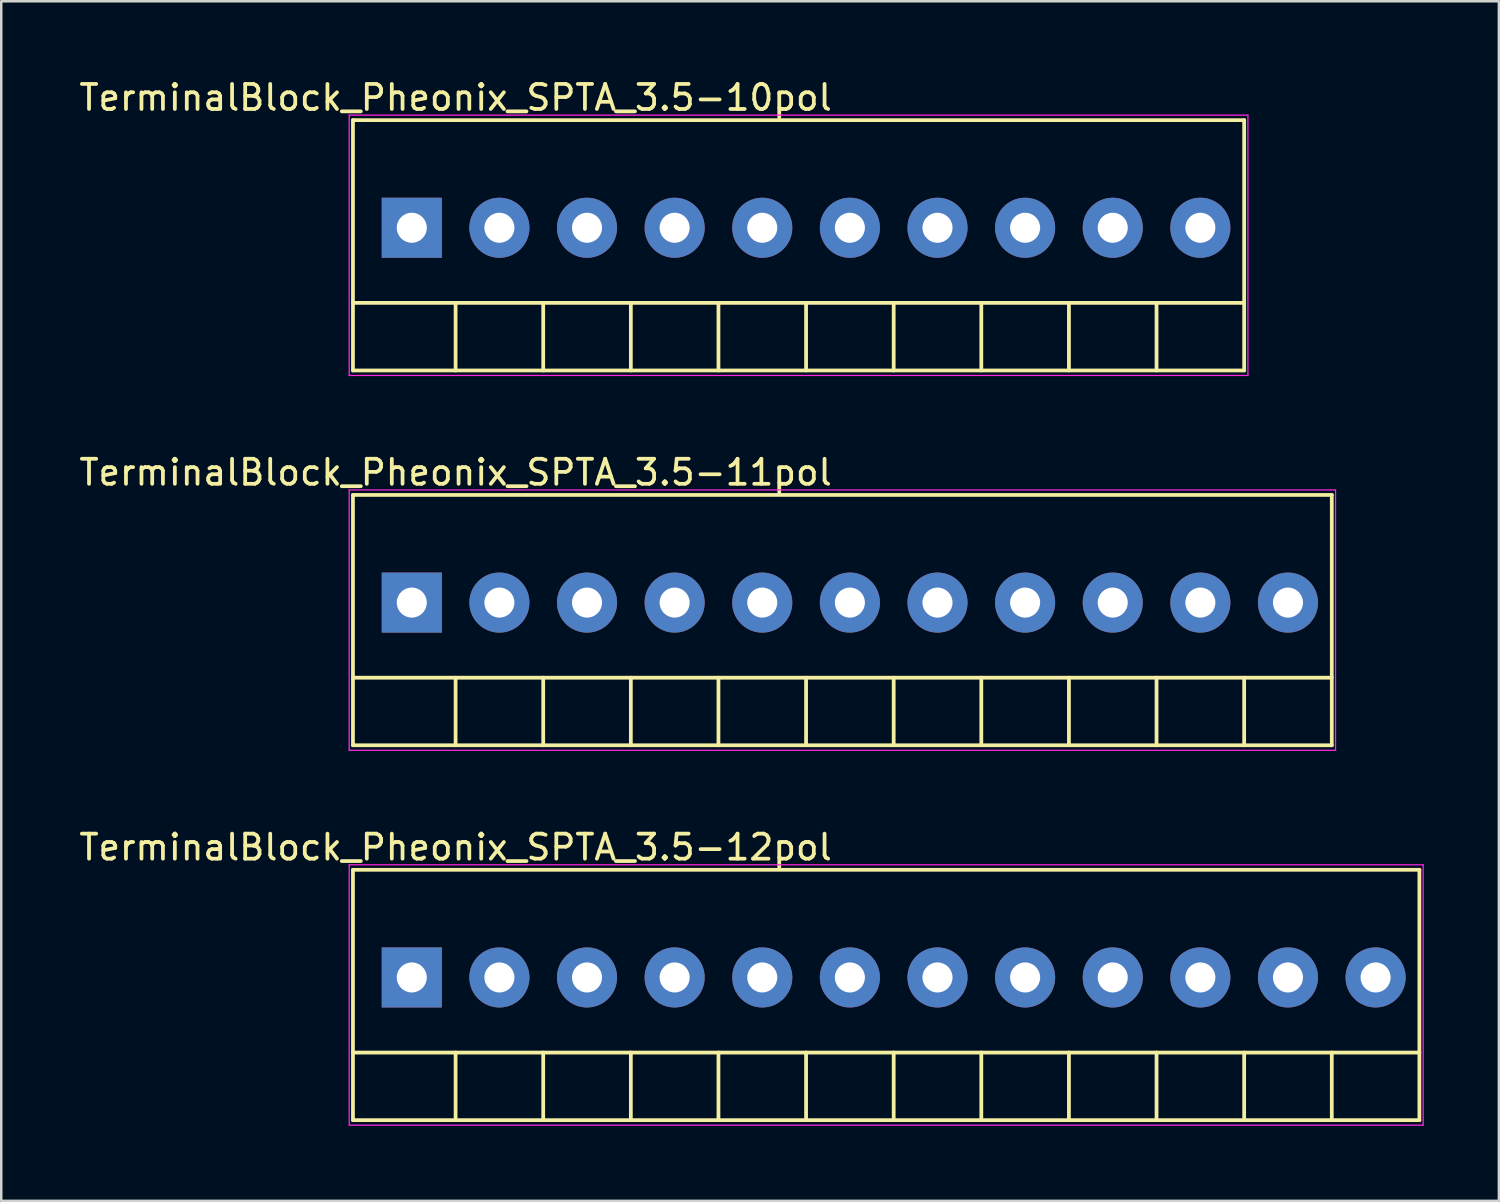
<source format=kicad_pcb>
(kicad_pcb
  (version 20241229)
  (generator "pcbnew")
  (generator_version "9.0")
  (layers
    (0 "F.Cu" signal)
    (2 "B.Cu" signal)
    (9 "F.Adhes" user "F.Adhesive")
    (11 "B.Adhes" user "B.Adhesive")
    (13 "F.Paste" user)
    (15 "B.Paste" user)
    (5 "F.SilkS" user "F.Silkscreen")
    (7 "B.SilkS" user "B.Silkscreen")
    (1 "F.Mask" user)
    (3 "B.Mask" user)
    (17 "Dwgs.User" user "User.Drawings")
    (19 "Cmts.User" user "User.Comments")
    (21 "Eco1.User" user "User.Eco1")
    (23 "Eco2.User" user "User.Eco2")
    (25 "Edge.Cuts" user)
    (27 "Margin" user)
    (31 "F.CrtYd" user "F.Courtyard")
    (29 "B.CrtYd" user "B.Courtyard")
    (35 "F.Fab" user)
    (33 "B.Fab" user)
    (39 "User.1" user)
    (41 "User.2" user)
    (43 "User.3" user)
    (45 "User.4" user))
  (footprint "TerminalBlock_Pheonix_SPTA_3.5-12pol"
    (layer "F.Cu")
    (at 13.399 35.995)
    (property "Reference" "TerminalBlock_Pheonix_SPTA_3.5-12pol" (at 1.75 -5.2 0) (layer "F.SilkS") (effects (font (size 1 1) (thickness 0.15))))
    (attr through_hole)
    (fp_line (start -2.35 -4.3) (end -2.35 5.7) (stroke (width 0.15) (type solid)) (layer "F.SilkS"))
    (fp_line (start -2.35 3) (end 40.25 3) (stroke (width 0.15) (type solid)) (layer "F.SilkS"))
    (fp_line (start -2.35 5.7) (end 40.25 5.7) (stroke (width 0.15) (type solid)) (layer "F.SilkS"))
    (fp_line (start 1.75 3) (end 1.75 5.7) (stroke (width 0.15) (type solid)) (layer "F.SilkS"))
    (fp_line (start 5.25 3) (end 5.25 5.7) (stroke (width 0.15) (type solid)) (layer "F.SilkS"))
    (fp_line (start 8.75 3) (end 8.75 5.7) (stroke (width 0.15) (type solid)) (layer "F.SilkS"))
    (fp_line (start 12.25 3) (end 12.25 5.7) (stroke (width 0.15) (type solid)) (layer "F.SilkS"))
    (fp_line (start 15.75 3) (end 15.75 5.7) (stroke (width 0.15) (type solid)) (layer "F.SilkS"))
    (fp_line (start 19.25 3) (end 19.25 5.7) (stroke (width 0.15) (type solid)) (layer "F.SilkS"))
    (fp_line (start 22.75 3) (end 22.75 5.7) (stroke (width 0.15) (type solid)) (layer "F.SilkS"))
    (fp_line (start 26.25 3) (end 26.25 5.7) (stroke (width 0.15) (type solid)) (layer "F.SilkS"))
    (fp_line (start 29.75 3) (end 29.75 5.7) (stroke (width 0.15) (type solid)) (layer "F.SilkS"))
    (fp_line (start 33.25 3) (end 33.25 5.7) (stroke (width 0.15) (type solid)) (layer "F.SilkS"))
    (fp_line (start 36.75 3) (end 36.75 5.7) (stroke (width 0.15) (type solid)) (layer "F.SilkS"))
    (fp_line (start 40.25 -4.3) (end -2.35 -4.3) (stroke (width 0.15) (type solid)) (layer "F.SilkS"))
    (fp_line (start 40.25 -4.3) (end 40.25 5.7) (stroke (width 0.15) (type solid)) (layer "F.SilkS"))
    (fp_line (start -2.5 -4.5) (end 40.4 -4.5) (stroke (width 0.05) (type solid)) (layer "F.CrtYd"))
    (fp_line (start -2.5 5.9) (end -2.5 -4.5) (stroke (width 0.05) (type solid)) (layer "F.CrtYd"))
    (fp_line (start 40.4 -4.5) (end 40.4 5.9) (stroke (width 0.05) (type solid)) (layer "F.CrtYd"))
    (fp_line (start 40.4 5.9) (end -2.5 5.9) (stroke (width 0.05) (type solid)) (layer "F.CrtYd"))
    (pad "1" thru_hole rect (at 0 0) (size 2.4 2.4) (drill 1.2) (layers "*.Cu" "*.Mask"))
    (pad "2" thru_hole circle (at 3.5 0) (size 2.4 2.4) (drill 1.2) (layers "*.Cu" "*.Mask"))
    (pad "3" thru_hole circle (at 7 0) (size 2.4 2.4) (drill 1.2) (layers "*.Cu" "*.Mask"))
    (pad "4" thru_hole circle (at 10.5 0) (size 2.4 2.4) (drill 1.2) (layers "*.Cu" "*.Mask"))
    (pad "5" thru_hole circle (at 14 0) (size 2.4 2.4) (drill 1.2) (layers "*.Cu" "*.Mask"))
    (pad "6" thru_hole circle (at 17.5 0) (size 2.4 2.4) (drill 1.2) (layers "*.Cu" "*.Mask"))
    (pad "7" thru_hole circle (at 21 0) (size 2.4 2.4) (drill 1.2) (layers "*.Cu" "*.Mask"))
    (pad "8" thru_hole circle (at 24.5 0) (size 2.4 2.4) (drill 1.2) (layers "*.Cu" "*.Mask"))
    (pad "9" thru_hole circle (at 28 0) (size 2.4 2.4) (drill 1.2) (layers "*.Cu" "*.Mask"))
    (pad "10" thru_hole circle (at 31.5 0) (size 2.4 2.4) (drill 1.2) (layers "*.Cu" "*.Mask"))
    (pad "11" thru_hole circle (at 35 0) (size 2.4 2.4) (drill 1.2) (layers "*.Cu" "*.Mask"))
    (pad "12" thru_hole circle (at 38.5 0) (size 2.4 2.4) (drill 1.2) (layers "*.Cu" "*.Mask")))
  (footprint "TerminalBlock_Pheonix_SPTA_3.5-11pol"
    (layer "F.Cu")
    (at 13.399 21.021)
    (property "Reference" "TerminalBlock_Pheonix_SPTA_3.5-11pol" (at 1.75 -5.2 0) (layer "F.SilkS") (effects (font (size 1 1) (thickness 0.15))))
    (attr through_hole)
    (fp_line (start -2.35 -4.3) (end -2.35 5.7) (stroke (width 0.15) (type solid)) (layer "F.SilkS"))
    (fp_line (start -2.35 3) (end 36.75 3) (stroke (width 0.15) (type solid)) (layer "F.SilkS"))
    (fp_line (start -2.35 5.7) (end 36.75 5.7) (stroke (width 0.15) (type solid)) (layer "F.SilkS"))
    (fp_line (start 1.75 3) (end 1.75 5.7) (stroke (width 0.15) (type solid)) (layer "F.SilkS"))
    (fp_line (start 5.25 3) (end 5.25 5.7) (stroke (width 0.15) (type solid)) (layer "F.SilkS"))
    (fp_line (start 8.75 3) (end 8.75 5.7) (stroke (width 0.15) (type solid)) (layer "F.SilkS"))
    (fp_line (start 12.25 3) (end 12.25 5.7) (stroke (width 0.15) (type solid)) (layer "F.SilkS"))
    (fp_line (start 15.75 3) (end 15.75 5.7) (stroke (width 0.15) (type solid)) (layer "F.SilkS"))
    (fp_line (start 19.25 3) (end 19.25 5.7) (stroke (width 0.15) (type solid)) (layer "F.SilkS"))
    (fp_line (start 22.75 3) (end 22.75 5.7) (stroke (width 0.15) (type solid)) (layer "F.SilkS"))
    (fp_line (start 26.25 3) (end 26.25 5.7) (stroke (width 0.15) (type solid)) (layer "F.SilkS"))
    (fp_line (start 29.75 3) (end 29.75 5.7) (stroke (width 0.15) (type solid)) (layer "F.SilkS"))
    (fp_line (start 33.25 3) (end 33.25 5.7) (stroke (width 0.15) (type solid)) (layer "F.SilkS"))
    (fp_line (start 36.75 -4.3) (end -2.35 -4.3) (stroke (width 0.15) (type solid)) (layer "F.SilkS"))
    (fp_line (start 36.75 -4.3) (end 36.75 5.7) (stroke (width 0.15) (type solid)) (layer "F.SilkS"))
    (fp_line (start -2.5 -4.5) (end 36.9 -4.5) (stroke (width 0.05) (type solid)) (layer "F.CrtYd"))
    (fp_line (start -2.5 5.9) (end -2.5 -4.5) (stroke (width 0.05) (type solid)) (layer "F.CrtYd"))
    (fp_line (start 36.9 -4.5) (end 36.9 5.9) (stroke (width 0.05) (type solid)) (layer "F.CrtYd"))
    (fp_line (start 36.9 5.9) (end -2.5 5.9) (stroke (width 0.05) (type solid)) (layer "F.CrtYd"))
    (pad "1" thru_hole rect (at 0 0) (size 2.4 2.4) (drill 1.2) (layers "*.Cu" "*.Mask"))
    (pad "2" thru_hole circle (at 3.5 0) (size 2.4 2.4) (drill 1.2) (layers "*.Cu" "*.Mask"))
    (pad "3" thru_hole circle (at 7 0) (size 2.4 2.4) (drill 1.2) (layers "*.Cu" "*.Mask"))
    (pad "4" thru_hole circle (at 10.5 0) (size 2.4 2.4) (drill 1.2) (layers "*.Cu" "*.Mask"))
    (pad "5" thru_hole circle (at 14 0) (size 2.4 2.4) (drill 1.2) (layers "*.Cu" "*.Mask"))
    (pad "6" thru_hole circle (at 17.5 0) (size 2.4 2.4) (drill 1.2) (layers "*.Cu" "*.Mask"))
    (pad "7" thru_hole circle (at 21 0) (size 2.4 2.4) (drill 1.2) (layers "*.Cu" "*.Mask"))
    (pad "8" thru_hole circle (at 24.5 0) (size 2.4 2.4) (drill 1.2) (layers "*.Cu" "*.Mask"))
    (pad "9" thru_hole circle (at 28 0) (size 2.4 2.4) (drill 1.2) (layers "*.Cu" "*.Mask"))
    (pad "10" thru_hole circle (at 31.5 0) (size 2.4 2.4) (drill 1.2) (layers "*.Cu" "*.Mask"))
    (pad "11" thru_hole circle (at 35 0) (size 2.4 2.4) (drill 1.2) (layers "*.Cu" "*.Mask")))
  (footprint "TerminalBlock_Pheonix_SPTA_3.5-10pol"
    (layer "F.Cu")
    (at 13.399 6.048)
    (property "Reference" "TerminalBlock_Pheonix_SPTA_3.5-10pol" (at 1.75 -5.2 0) (layer "F.SilkS") (effects (font (size 1 1) (thickness 0.15))))
    (attr through_hole)
    (fp_line (start -2.35 -4.3) (end -2.35 5.7) (stroke (width 0.15) (type solid)) (layer "F.SilkS"))
    (fp_line (start -2.35 3) (end 33.25 3) (stroke (width 0.15) (type solid)) (layer "F.SilkS"))
    (fp_line (start -2.35 5.7) (end 33.25 5.7) (stroke (width 0.15) (type solid)) (layer "F.SilkS"))
    (fp_line (start 1.75 3) (end 1.75 5.7) (stroke (width 0.15) (type solid)) (layer "F.SilkS"))
    (fp_line (start 5.25 3) (end 5.25 5.7) (stroke (width 0.15) (type solid)) (layer "F.SilkS"))
    (fp_line (start 8.75 3) (end 8.75 5.7) (stroke (width 0.15) (type solid)) (layer "F.SilkS"))
    (fp_line (start 12.25 3) (end 12.25 5.7) (stroke (width 0.15) (type solid)) (layer "F.SilkS"))
    (fp_line (start 15.75 3) (end 15.75 5.7) (stroke (width 0.15) (type solid)) (layer "F.SilkS"))
    (fp_line (start 19.25 3) (end 19.25 5.7) (stroke (width 0.15) (type solid)) (layer "F.SilkS"))
    (fp_line (start 22.75 3) (end 22.75 5.7) (stroke (width 0.15) (type solid)) (layer "F.SilkS"))
    (fp_line (start 26.25 3) (end 26.25 5.7) (stroke (width 0.15) (type solid)) (layer "F.SilkS"))
    (fp_line (start 29.75 3) (end 29.75 5.7) (stroke (width 0.15) (type solid)) (layer "F.SilkS"))
    (fp_line (start 33.25 -4.3) (end -2.35 -4.3) (stroke (width 0.15) (type solid)) (layer "F.SilkS"))
    (fp_line (start 33.25 -4.3) (end 33.25 5.7) (stroke (width 0.15) (type solid)) (layer "F.SilkS"))
    (fp_line (start -2.5 -4.5) (end 33.4 -4.5) (stroke (width 0.05) (type solid)) (layer "F.CrtYd"))
    (fp_line (start -2.5 5.9) (end -2.5 -4.5) (stroke (width 0.05) (type solid)) (layer "F.CrtYd"))
    (fp_line (start 33.4 -4.5) (end 33.4 5.9) (stroke (width 0.05) (type solid)) (layer "F.CrtYd"))
    (fp_line (start 33.4 5.9) (end -2.5 5.9) (stroke (width 0.05) (type solid)) (layer "F.CrtYd"))
    (pad "1" thru_hole rect (at 0 0) (size 2.4 2.4) (drill 1.2) (layers "*.Cu" "*.Mask"))
    (pad "2" thru_hole circle (at 3.5 0) (size 2.4 2.4) (drill 1.2) (layers "*.Cu" "*.Mask"))
    (pad "3" thru_hole circle (at 7 0) (size 2.4 2.4) (drill 1.2) (layers "*.Cu" "*.Mask"))
    (pad "4" thru_hole circle (at 10.5 0) (size 2.4 2.4) (drill 1.2) (layers "*.Cu" "*.Mask"))
    (pad "5" thru_hole circle (at 14 0) (size 2.4 2.4) (drill 1.2) (layers "*.Cu" "*.Mask"))
    (pad "6" thru_hole circle (at 17.5 0) (size 2.4 2.4) (drill 1.2) (layers "*.Cu" "*.Mask"))
    (pad "7" thru_hole circle (at 21 0) (size 2.4 2.4) (drill 1.2) (layers "*.Cu" "*.Mask"))
    (pad "8" thru_hole circle (at 24.5 0) (size 2.4 2.4) (drill 1.2) (layers "*.Cu" "*.Mask"))
    (pad "9" thru_hole circle (at 28 0) (size 2.4 2.4) (drill 1.2) (layers "*.Cu" "*.Mask"))
    (pad "10" thru_hole circle (at 31.5 0) (size 2.4 2.4) (drill 1.2) (layers "*.Cu" "*.Mask")))
  (gr_rect
    (start -3 -3)
    (end 56.824 44.92)
    (stroke (width 0.1) (type default))
    (fill no)
    (layer "Edge.Cuts")))
</source>
